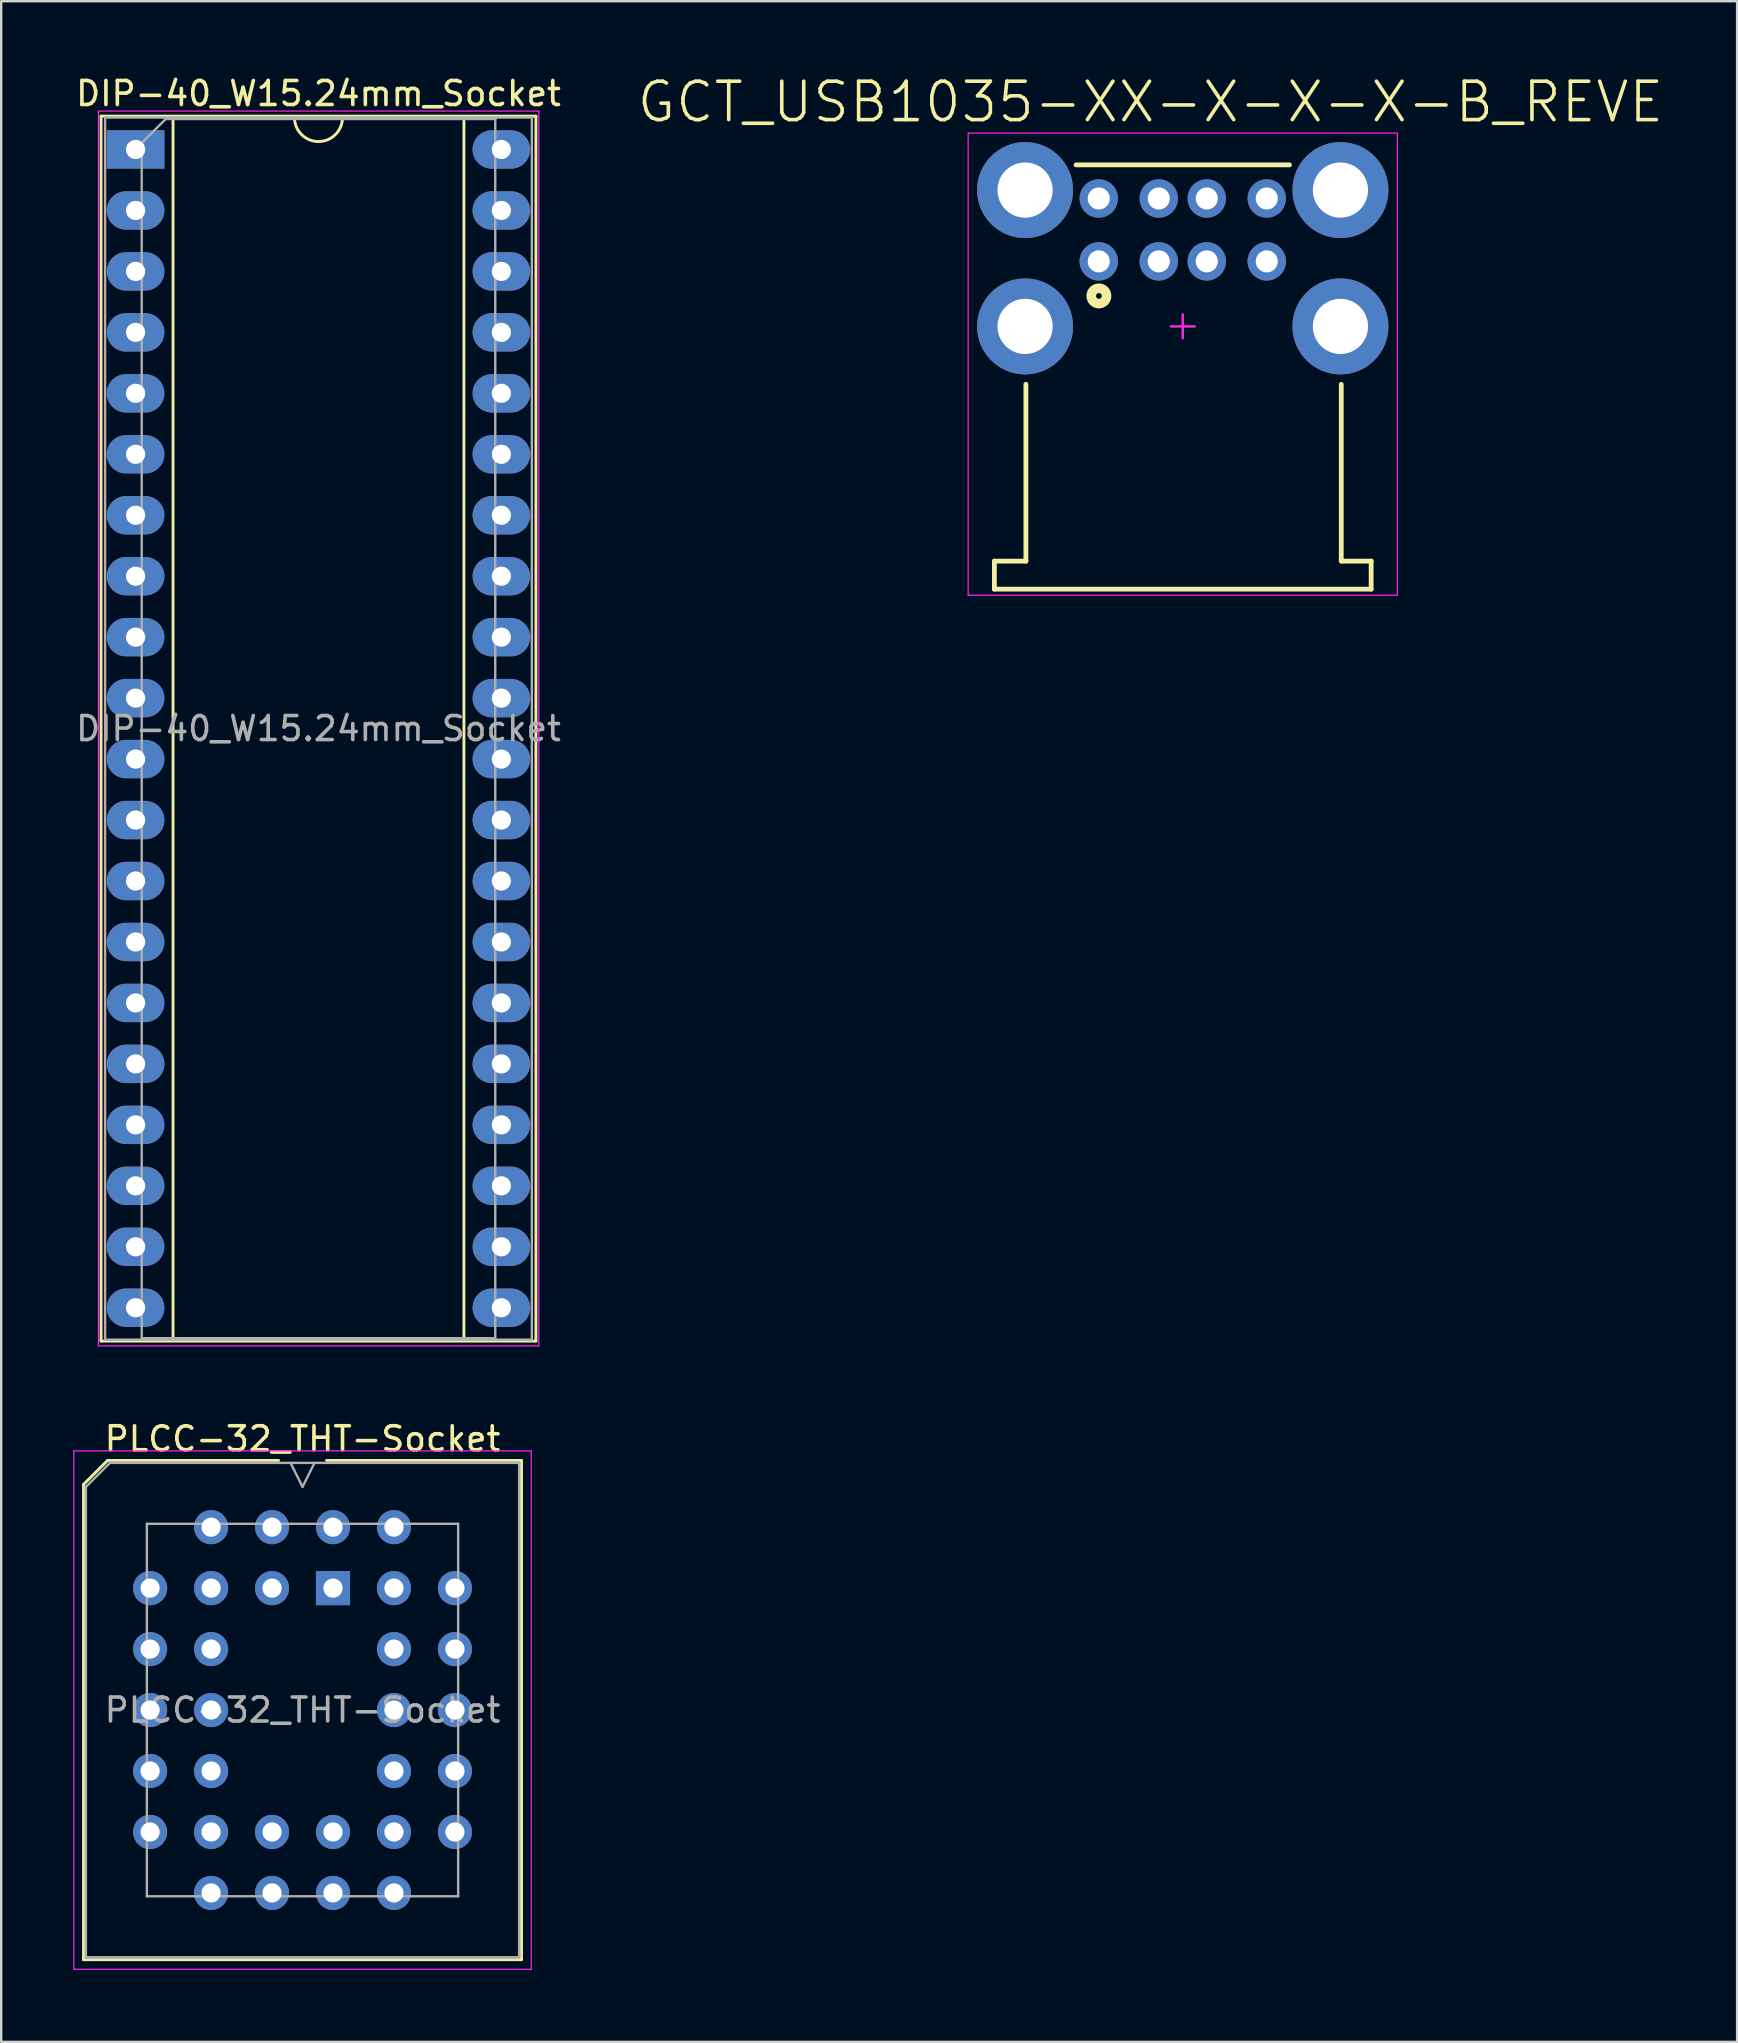
<source format=kicad_pcb>
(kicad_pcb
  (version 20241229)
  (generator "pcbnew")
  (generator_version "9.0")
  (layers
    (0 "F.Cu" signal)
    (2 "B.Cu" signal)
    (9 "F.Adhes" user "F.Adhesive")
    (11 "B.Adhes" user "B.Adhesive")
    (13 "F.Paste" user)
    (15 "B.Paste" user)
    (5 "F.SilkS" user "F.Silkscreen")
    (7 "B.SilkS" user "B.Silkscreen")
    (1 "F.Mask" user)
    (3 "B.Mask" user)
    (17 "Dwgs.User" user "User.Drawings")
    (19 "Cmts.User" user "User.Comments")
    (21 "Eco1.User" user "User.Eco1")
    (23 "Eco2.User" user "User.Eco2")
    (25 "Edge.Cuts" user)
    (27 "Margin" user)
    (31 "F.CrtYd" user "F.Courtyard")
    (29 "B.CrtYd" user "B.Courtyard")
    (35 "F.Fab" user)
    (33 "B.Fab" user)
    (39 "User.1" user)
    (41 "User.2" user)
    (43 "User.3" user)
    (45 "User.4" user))
  (footprint "PLCC-32_THT-Socket"
    (layer "F.Cu")
    (at 10.825 63.121)
    (property "Reference" "PLCC-32_THT-Socket" (at -1.27 -6.22 0) (layer "F.SilkS") (effects (font (size 1 1) (thickness 0.15))))
    (attr through_hole)
    (fp_line (start -10.395 -4.32) (end -10.395 15.48) (stroke (width 0.12) (type solid)) (layer "F.SilkS"))
    (fp_line (start -10.395 15.48) (end 7.855 15.48) (stroke (width 0.12) (type solid)) (layer "F.SilkS"))
    (fp_line (start -9.395 -5.32) (end -10.395 -4.32) (stroke (width 0.12) (type solid)) (layer "F.SilkS"))
    (fp_line (start -2.27 -5.32) (end -9.395 -5.32) (stroke (width 0.12) (type solid)) (layer "F.SilkS"))
    (fp_line (start 7.855 -5.32) (end -0.27 -5.32) (stroke (width 0.12) (type solid)) (layer "F.SilkS"))
    (fp_line (start 7.855 15.48) (end 7.855 -5.32) (stroke (width 0.12) (type solid)) (layer "F.SilkS"))
    (fp_line (start -10.8 -5.72) (end -10.8 15.88) (stroke (width 0.05) (type solid)) (layer "F.CrtYd"))
    (fp_line (start -10.8 15.88) (end 8.26 15.88) (stroke (width 0.05) (type solid)) (layer "F.CrtYd"))
    (fp_line (start 8.26 -5.72) (end -10.8 -5.72) (stroke (width 0.05) (type solid)) (layer "F.CrtYd"))
    (fp_line (start 8.26 15.88) (end 8.26 -5.72) (stroke (width 0.05) (type solid)) (layer "F.CrtYd"))
    (fp_line (start -10.295 -4.22) (end -10.295 15.38) (stroke (width 0.1) (type solid)) (layer "F.Fab"))
    (fp_line (start -10.295 15.38) (end 7.755 15.38) (stroke (width 0.1) (type solid)) (layer "F.Fab"))
    (fp_line (start -9.295 -5.22) (end -10.295 -4.22) (stroke (width 0.1) (type solid)) (layer "F.Fab"))
    (fp_line (start -7.755 -2.68) (end -7.755 12.84) (stroke (width 0.1) (type solid)) (layer "F.Fab"))
    (fp_line (start -7.755 12.84) (end 5.215 12.84) (stroke (width 0.1) (type solid)) (layer "F.Fab"))
    (fp_line (start -1.77 -5.22) (end -1.27 -4.22) (stroke (width 0.1) (type solid)) (layer "F.Fab"))
    (fp_line (start -1.27 -4.22) (end -0.77 -5.22) (stroke (width 0.1) (type solid)) (layer "F.Fab"))
    (fp_line (start 5.215 -2.68) (end -7.755 -2.68) (stroke (width 0.1) (type solid)) (layer "F.Fab"))
    (fp_line (start 5.215 12.84) (end 5.215 -2.68) (stroke (width 0.1) (type solid)) (layer "F.Fab"))
    (fp_line (start 7.755 -5.22) (end -9.295 -5.22) (stroke (width 0.1) (type solid)) (layer "F.Fab"))
    (fp_line (start 7.755 15.38) (end 7.755 -5.22) (stroke (width 0.1) (type solid)) (layer "F.Fab"))
    (fp_text user "${REFERENCE}" (at -1.27 5.08 0) (layer "F.Fab") (effects (font (size 1 1) (thickness 0.15))))
    (pad "1" thru_hole rect (at 0 0) (size 1.422 1.422) (drill 0.8) (layers "*.Cu" "*.Mask"))
    (pad "2" thru_hole circle (at -2.54 -2.54) (size 1.422 1.422) (drill 0.8) (layers "*.Cu" "*.Mask"))
    (pad "3" thru_hole circle (at -2.54 0) (size 1.422 1.422) (drill 0.8) (layers "*.Cu" "*.Mask"))
    (pad "4" thru_hole circle (at -5.08 -2.54) (size 1.422 1.422) (drill 0.8) (layers "*.Cu" "*.Mask"))
    (pad "5" thru_hole circle (at -7.62 0) (size 1.422 1.422) (drill 0.8) (layers "*.Cu" "*.Mask"))
    (pad "6" thru_hole circle (at -5.08 0) (size 1.422 1.422) (drill 0.8) (layers "*.Cu" "*.Mask"))
    (pad "7" thru_hole circle (at -7.62 2.54) (size 1.422 1.422) (drill 0.8) (layers "*.Cu" "*.Mask"))
    (pad "8" thru_hole circle (at -5.08 2.54) (size 1.422 1.422) (drill 0.8) (layers "*.Cu" "*.Mask"))
    (pad "9" thru_hole circle (at -7.62 5.08) (size 1.422 1.422) (drill 0.8) (layers "*.Cu" "*.Mask"))
    (pad "10" thru_hole circle (at -5.08 5.08) (size 1.422 1.422) (drill 0.8) (layers "*.Cu" "*.Mask"))
    (pad "11" thru_hole circle (at -7.62 7.62) (size 1.422 1.422) (drill 0.8) (layers "*.Cu" "*.Mask"))
    (pad "12" thru_hole circle (at -5.08 7.62) (size 1.422 1.422) (drill 0.8) (layers "*.Cu" "*.Mask"))
    (pad "13" thru_hole circle (at -7.62 10.16) (size 1.422 1.422) (drill 0.8) (layers "*.Cu" "*.Mask"))
    (pad "14" thru_hole circle (at -5.08 12.7) (size 1.422 1.422) (drill 0.8) (layers "*.Cu" "*.Mask"))
    (pad "15" thru_hole circle (at -5.08 10.16) (size 1.422 1.422) (drill 0.8) (layers "*.Cu" "*.Mask"))
    (pad "16" thru_hole circle (at -2.54 12.7) (size 1.422 1.422) (drill 0.8) (layers "*.Cu" "*.Mask"))
    (pad "17" thru_hole circle (at -2.54 10.16) (size 1.422 1.422) (drill 0.8) (layers "*.Cu" "*.Mask"))
    (pad "18" thru_hole circle (at 0 12.7) (size 1.422 1.422) (drill 0.8) (layers "*.Cu" "*.Mask"))
    (pad "19" thru_hole circle (at 0 10.16) (size 1.422 1.422) (drill 0.8) (layers "*.Cu" "*.Mask"))
    (pad "20" thru_hole circle (at 2.54 12.7) (size 1.422 1.422) (drill 0.8) (layers "*.Cu" "*.Mask"))
    (pad "21" thru_hole circle (at 5.08 10.16) (size 1.422 1.422) (drill 0.8) (layers "*.Cu" "*.Mask"))
    (pad "22" thru_hole circle (at 2.54 10.16) (size 1.422 1.422) (drill 0.8) (layers "*.Cu" "*.Mask"))
    (pad "23" thru_hole circle (at 5.08 7.62) (size 1.422 1.422) (drill 0.8) (layers "*.Cu" "*.Mask"))
    (pad "24" thru_hole circle (at 2.54 7.62) (size 1.422 1.422) (drill 0.8) (layers "*.Cu" "*.Mask"))
    (pad "25" thru_hole circle (at 5.08 5.08) (size 1.422 1.422) (drill 0.8) (layers "*.Cu" "*.Mask"))
    (pad "26" thru_hole circle (at 2.54 5.08) (size 1.422 1.422) (drill 0.8) (layers "*.Cu" "*.Mask"))
    (pad "27" thru_hole circle (at 5.08 2.54) (size 1.422 1.422) (drill 0.8) (layers "*.Cu" "*.Mask"))
    (pad "28" thru_hole circle (at 2.54 2.54) (size 1.422 1.422) (drill 0.8) (layers "*.Cu" "*.Mask"))
    (pad "29" thru_hole circle (at 5.08 0) (size 1.422 1.422) (drill 0.8) (layers "*.Cu" "*.Mask"))
    (pad "30" thru_hole circle (at 2.54 -2.54) (size 1.422 1.422) (drill 0.8) (layers "*.Cu" "*.Mask"))
    (pad "31" thru_hole circle (at 2.54 0) (size 1.422 1.422) (drill 0.8) (layers "*.Cu" "*.Mask"))
    (pad "32" thru_hole circle (at 0 -2.54) (size 1.422 1.422) (drill 0.8) (layers "*.Cu" "*.Mask")))
  (footprint "DIP-40_W15.24mm_Socket"
    (layer "F.Cu")
    (at 2.6 3.178)
    (property "Reference" "DIP-40_W15.24mm_Socket" (at 7.62 -2.33 0) (layer "F.SilkS") (effects (font (size 1 1) (thickness 0.15))))
    (attr through_hole)
    (fp_line (start -1.44 -1.39) (end -1.44 49.65) (stroke (width 0.12) (type solid)) (layer "F.SilkS"))
    (fp_line (start -1.44 49.65) (end 16.68 49.65) (stroke (width 0.12) (type solid)) (layer "F.SilkS"))
    (fp_line (start 1.56 -1.33) (end 1.56 49.59) (stroke (width 0.12) (type solid)) (layer "F.SilkS"))
    (fp_line (start 1.56 49.59) (end 13.68 49.59) (stroke (width 0.12) (type solid)) (layer "F.SilkS"))
    (fp_line (start 6.62 -1.33) (end 1.56 -1.33) (stroke (width 0.12) (type solid)) (layer "F.SilkS"))
    (fp_line (start 13.68 -1.33) (end 8.62 -1.33) (stroke (width 0.12) (type solid)) (layer "F.SilkS"))
    (fp_line (start 13.68 49.59) (end 13.68 -1.33) (stroke (width 0.12) (type solid)) (layer "F.SilkS"))
    (fp_line (start 16.68 -1.39) (end -1.44 -1.39) (stroke (width 0.12) (type solid)) (layer "F.SilkS"))
    (fp_line (start 16.68 49.65) (end 16.68 -1.39) (stroke (width 0.12) (type solid)) (layer "F.SilkS"))
    (fp_arc (start 8.62 -1.33) (mid 7.62 -0.33) (end 6.62 -1.33) (stroke (width 0.12) (type solid)) (layer "F.SilkS"))
    (fp_line (start -1.55 -1.6) (end -1.55 49.85) (stroke (width 0.05) (type solid)) (layer "F.CrtYd"))
    (fp_line (start -1.55 49.85) (end 16.8 49.85) (stroke (width 0.05) (type solid)) (layer "F.CrtYd"))
    (fp_line (start 16.8 -1.6) (end -1.55 -1.6) (stroke (width 0.05) (type solid)) (layer "F.CrtYd"))
    (fp_line (start 16.8 49.85) (end 16.8 -1.6) (stroke (width 0.05) (type solid)) (layer "F.CrtYd"))
    (fp_line (start -1.27 -1.33) (end -1.27 49.59) (stroke (width 0.1) (type solid)) (layer "F.Fab"))
    (fp_line (start -1.27 49.59) (end 16.51 49.59) (stroke (width 0.1) (type solid)) (layer "F.Fab"))
    (fp_line (start 0.255 -0.27) (end 1.255 -1.27) (stroke (width 0.1) (type solid)) (layer "F.Fab"))
    (fp_line (start 0.255 49.53) (end 0.255 -0.27) (stroke (width 0.1) (type solid)) (layer "F.Fab"))
    (fp_line (start 1.255 -1.27) (end 14.985 -1.27) (stroke (width 0.1) (type solid)) (layer "F.Fab"))
    (fp_line (start 14.985 -1.27) (end 14.985 49.53) (stroke (width 0.1) (type solid)) (layer "F.Fab"))
    (fp_line (start 14.985 49.53) (end 0.255 49.53) (stroke (width 0.1) (type solid)) (layer "F.Fab"))
    (fp_line (start 16.51 -1.33) (end -1.27 -1.33) (stroke (width 0.1) (type solid)) (layer "F.Fab"))
    (fp_line (start 16.51 49.59) (end 16.51 -1.33) (stroke (width 0.1) (type solid)) (layer "F.Fab"))
    (fp_text user "${REFERENCE}" (at 7.62 24.13 0) (layer "F.Fab") (effects (font (size 1 1) (thickness 0.15))))
    (pad "1" thru_hole rect (at 0 0) (size 2.4 1.6) (drill 0.8) (layers "*.Cu" "*.Mask"))
    (pad "2" thru_hole oval (at 0 2.54) (size 2.4 1.6) (drill 0.8) (layers "*.Cu" "*.Mask"))
    (pad "3" thru_hole oval (at 0 5.08) (size 2.4 1.6) (drill 0.8) (layers "*.Cu" "*.Mask"))
    (pad "4" thru_hole oval (at 0 7.62) (size 2.4 1.6) (drill 0.8) (layers "*.Cu" "*.Mask"))
    (pad "5" thru_hole oval (at 0 10.16) (size 2.4 1.6) (drill 0.8) (layers "*.Cu" "*.Mask"))
    (pad "6" thru_hole oval (at 0 12.7) (size 2.4 1.6) (drill 0.8) (layers "*.Cu" "*.Mask"))
    (pad "7" thru_hole oval (at 0 15.24) (size 2.4 1.6) (drill 0.8) (layers "*.Cu" "*.Mask"))
    (pad "8" thru_hole oval (at 0 17.78) (size 2.4 1.6) (drill 0.8) (layers "*.Cu" "*.Mask"))
    (pad "9" thru_hole oval (at 0 20.32) (size 2.4 1.6) (drill 0.8) (layers "*.Cu" "*.Mask"))
    (pad "10" thru_hole oval (at 0 22.86) (size 2.4 1.6) (drill 0.8) (layers "*.Cu" "*.Mask"))
    (pad "11" thru_hole oval (at 0 25.4) (size 2.4 1.6) (drill 0.8) (layers "*.Cu" "*.Mask"))
    (pad "12" thru_hole oval (at 0 27.94) (size 2.4 1.6) (drill 0.8) (layers "*.Cu" "*.Mask"))
    (pad "13" thru_hole oval (at 0 30.48) (size 2.4 1.6) (drill 0.8) (layers "*.Cu" "*.Mask"))
    (pad "14" thru_hole oval (at 0 33.02) (size 2.4 1.6) (drill 0.8) (layers "*.Cu" "*.Mask"))
    (pad "15" thru_hole oval (at 0 35.56) (size 2.4 1.6) (drill 0.8) (layers "*.Cu" "*.Mask"))
    (pad "16" thru_hole oval (at 0 38.1) (size 2.4 1.6) (drill 0.8) (layers "*.Cu" "*.Mask"))
    (pad "17" thru_hole oval (at 0 40.64) (size 2.4 1.6) (drill 0.8) (layers "*.Cu" "*.Mask"))
    (pad "18" thru_hole oval (at 0 43.18) (size 2.4 1.6) (drill 0.8) (layers "*.Cu" "*.Mask"))
    (pad "19" thru_hole oval (at 0 45.72) (size 2.4 1.6) (drill 0.8) (layers "*.Cu" "*.Mask"))
    (pad "20" thru_hole oval (at 0 48.26) (size 2.4 1.6) (drill 0.8) (layers "*.Cu" "*.Mask"))
    (pad "21" thru_hole oval (at 15.24 48.26) (size 2.4 1.6) (drill 0.8) (layers "*.Cu" "*.Mask"))
    (pad "22" thru_hole oval (at 15.24 45.72) (size 2.4 1.6) (drill 0.8) (layers "*.Cu" "*.Mask"))
    (pad "23" thru_hole oval (at 15.24 43.18) (size 2.4 1.6) (drill 0.8) (layers "*.Cu" "*.Mask"))
    (pad "24" thru_hole oval (at 15.24 40.64) (size 2.4 1.6) (drill 0.8) (layers "*.Cu" "*.Mask"))
    (pad "25" thru_hole oval (at 15.24 38.1) (size 2.4 1.6) (drill 0.8) (layers "*.Cu" "*.Mask"))
    (pad "26" thru_hole oval (at 15.24 35.56) (size 2.4 1.6) (drill 0.8) (layers "*.Cu" "*.Mask"))
    (pad "27" thru_hole oval (at 15.24 33.02) (size 2.4 1.6) (drill 0.8) (layers "*.Cu" "*.Mask"))
    (pad "28" thru_hole oval (at 15.24 30.48) (size 2.4 1.6) (drill 0.8) (layers "*.Cu" "*.Mask"))
    (pad "29" thru_hole oval (at 15.24 27.94) (size 2.4 1.6) (drill 0.8) (layers "*.Cu" "*.Mask"))
    (pad "30" thru_hole oval (at 15.24 25.4) (size 2.4 1.6) (drill 0.8) (layers "*.Cu" "*.Mask"))
    (pad "31" thru_hole oval (at 15.24 22.86) (size 2.4 1.6) (drill 0.8) (layers "*.Cu" "*.Mask"))
    (pad "32" thru_hole oval (at 15.24 20.32) (size 2.4 1.6) (drill 0.8) (layers "*.Cu" "*.Mask"))
    (pad "33" thru_hole oval (at 15.24 17.78) (size 2.4 1.6) (drill 0.8) (layers "*.Cu" "*.Mask"))
    (pad "34" thru_hole oval (at 15.24 15.24) (size 2.4 1.6) (drill 0.8) (layers "*.Cu" "*.Mask"))
    (pad "35" thru_hole oval (at 15.24 12.7) (size 2.4 1.6) (drill 0.8) (layers "*.Cu" "*.Mask"))
    (pad "36" thru_hole oval (at 15.24 10.16) (size 2.4 1.6) (drill 0.8) (layers "*.Cu" "*.Mask"))
    (pad "37" thru_hole oval (at 15.24 7.62) (size 2.4 1.6) (drill 0.8) (layers "*.Cu" "*.Mask"))
    (pad "38" thru_hole oval (at 15.24 5.08) (size 2.4 1.6) (drill 0.8) (layers "*.Cu" "*.Mask"))
    (pad "39" thru_hole oval (at 15.24 2.54) (size 2.4 1.6) (drill 0.8) (layers "*.Cu" "*.Mask"))
    (pad "40" thru_hole oval (at 15.24 0) (size 2.4 1.6) (drill 0.8) (layers "*.Cu" "*.Mask")))
  (footprint "GCT_USB1035-XX-X-X-X-B_REVE"
    (layer "F.Cu")
    (at 46.231 10.55)
    (property "Reference" "GCT_USB1035-XX-X-X-X-B_REVE" (at -1.346 -9.35 0) (layer "F.SilkS") (effects (font (size 1.601 1.601) (thickness 0.15))))
    (attr through_hole)
    (fp_line (start -7.849 9.779) (end -6.536 9.779) (stroke (width 0.2) (type solid)) (layer "F.SilkS"))
    (fp_line (start -7.849 10.947) (end -7.849 9.779) (stroke (width 0.2) (type solid)) (layer "F.SilkS"))
    (fp_line (start -7.849 10.947) (end 7.849 10.947) (stroke (width 0.2) (type solid)) (layer "F.SilkS"))
    (fp_line (start -6.536 9.779) (end -6.536 2.413) (stroke (width 0.2) (type solid)) (layer "F.SilkS"))
    (fp_line (start -4.445 -6.731) (end 4.445 -6.731) (stroke (width 0.2) (type solid)) (layer "F.SilkS"))
    (fp_line (start 6.604 9.779) (end 6.604 2.413) (stroke (width 0.2) (type solid)) (layer "F.SilkS"))
    (fp_line (start 6.604 9.779) (end 7.849 9.779) (stroke (width 0.2) (type solid)) (layer "F.SilkS"))
    (fp_line (start 7.849 10.947) (end 7.849 9.779) (stroke (width 0.2) (type solid)) (layer "F.SilkS"))
    (fp_circle (center -3.495 -1.27) (end -3.375 -1.27) (stroke (width 0.4) (type solid)) (fill no) (layer "F.SilkS"))
    (fp_line (start -8.941 -8.052) (end 8.941 -8.052) (stroke (width 0.05) (type solid)) (layer "F.CrtYd"))
    (fp_line (start -8.941 11.201) (end -8.941 -8.052) (stroke (width 0.05) (type solid)) (layer "F.CrtYd"))
    (fp_line (start -8.941 11.201) (end 8.941 11.201) (stroke (width 0.05) (type solid)) (layer "F.CrtYd"))
    (fp_line (start -0.5 0) (end 0.5 0) (stroke (width 0.1) (type solid)) (layer "F.CrtYd"))
    (fp_line (start 0 0.5) (end 0 -0.5) (stroke (width 0.1) (type solid)) (layer "F.CrtYd"))
    (fp_line (start 8.941 11.201) (end 8.941 -8.052) (stroke (width 0.05) (type solid)) (layer "F.CrtYd"))
    (pad "1" thru_hole circle (at -3.5 -2.71) (size 1.6 1.6) (drill 0.92) (layers "*.Cu" "*.Mask"))
    (pad "2" thru_hole circle (at -1 -2.71) (size 1.6 1.6) (drill 0.92) (layers "*.Cu" "*.Mask"))
    (pad "3" thru_hole circle (at 1 -2.71) (size 1.6 1.6) (drill 0.92) (layers "*.Cu" "*.Mask"))
    (pad "4" thru_hole circle (at 3.5 -2.71) (size 1.6 1.6) (drill 0.92) (layers "*.Cu" "*.Mask"))
    (pad "5" thru_hole circle (at -3.5 -5.33) (size 1.6 1.6) (drill 0.92) (layers "*.Cu" "*.Mask"))
    (pad "6" thru_hole circle (at -1 -5.33) (size 1.6 1.6) (drill 0.92) (layers "*.Cu" "*.Mask"))
    (pad "7" thru_hole circle (at 1 -5.33) (size 1.6 1.6) (drill 0.92) (layers "*.Cu" "*.Mask"))
    (pad "8" thru_hole circle (at 3.5 -5.33) (size 1.6 1.6) (drill 0.92) (layers "*.Cu" "*.Mask"))
    (pad "9" thru_hole circle (at -6.57 -5.68) (size 4 4) (drill 2.3) (layers "*.Cu" "*.Mask"))
    (pad "9" thru_hole circle (at -6.57 0) (size 4 4) (drill 2.3) (layers "*.Cu" "*.Mask"))
    (pad "9" thru_hole circle (at 6.57 -5.68) (size 4 4) (drill 2.3) (layers "*.Cu" "*.Mask"))
    (pad "9" thru_hole circle (at 6.57 0) (size 4 4) (drill 2.3) (layers "*.Cu" "*.Mask")))
  (gr_rect
    (start -3 -3)
    (end 69.329 82.026)
    (stroke (width 0.1) (type default))
    (fill no)
    (layer "Edge.Cuts")))
</source>
